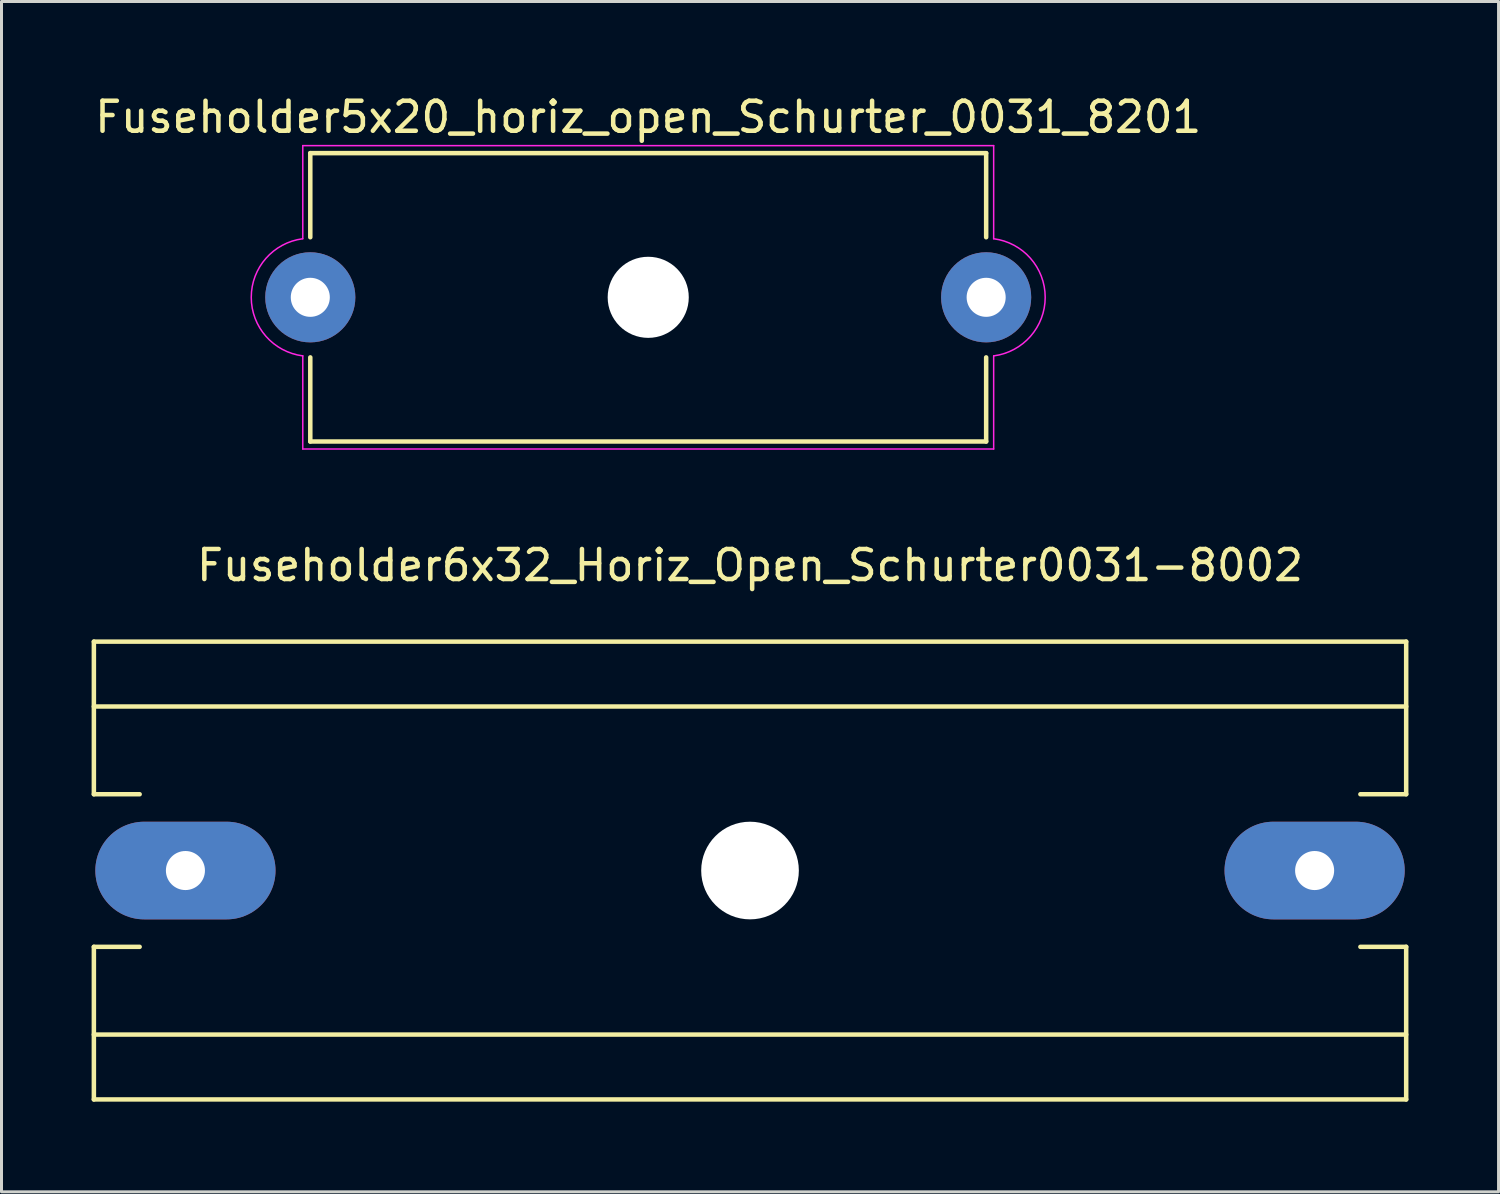
<source format=kicad_pcb>
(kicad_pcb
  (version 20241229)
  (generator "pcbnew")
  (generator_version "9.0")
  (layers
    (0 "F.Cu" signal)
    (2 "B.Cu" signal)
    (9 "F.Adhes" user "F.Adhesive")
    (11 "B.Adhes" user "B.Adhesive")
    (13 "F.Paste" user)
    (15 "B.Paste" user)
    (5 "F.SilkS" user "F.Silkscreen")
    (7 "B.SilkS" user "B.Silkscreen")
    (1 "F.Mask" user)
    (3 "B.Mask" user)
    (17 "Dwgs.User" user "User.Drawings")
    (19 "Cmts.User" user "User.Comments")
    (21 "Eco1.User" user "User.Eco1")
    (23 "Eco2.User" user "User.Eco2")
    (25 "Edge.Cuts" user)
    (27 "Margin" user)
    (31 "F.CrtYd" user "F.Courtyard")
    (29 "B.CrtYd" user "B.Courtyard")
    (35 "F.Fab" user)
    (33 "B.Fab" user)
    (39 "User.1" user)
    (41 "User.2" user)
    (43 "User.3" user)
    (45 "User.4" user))
  (footprint "Fuseholder5x20_horiz_open_Schurter_0031_8201"
    (layer "F.Cu")
    (at 7.28 6.848)
    (property "Reference" "Fuseholder5x20_horiz_open_Schurter_0031_8201" (at 11.25 -6 0) (layer "F.SilkS") (effects (font (size 1 1) (thickness 0.15))))
    (attr through_hole)
    (fp_line (start 0 -4.8) (end 22.5 -4.8) (stroke (width 0.15) (type solid)) (layer "F.SilkS"))
    (fp_line (start 0 -2) (end 0 -4.8) (stroke (width 0.15) (type solid)) (layer "F.SilkS"))
    (fp_line (start 0 4.8) (end 0 2) (stroke (width 0.15) (type solid)) (layer "F.SilkS"))
    (fp_line (start 0 4.8) (end 22.5 4.8) (stroke (width 0.15) (type solid)) (layer "F.SilkS"))
    (fp_line (start 22.5 -2) (end 22.5 -4.8) (stroke (width 0.15) (type solid)) (layer "F.SilkS"))
    (fp_line (start 22.5 4.8) (end 22.5 2) (stroke (width 0.15) (type solid)) (layer "F.SilkS"))
    (fp_line (start -0.25 -5.05) (end 22.75 -5.05) (stroke (width 0.05) (type solid)) (layer "F.CrtYd"))
    (fp_line (start -0.25 -1.95) (end -0.25 -5.05) (stroke (width 0.05) (type solid)) (layer "F.CrtYd"))
    (fp_line (start -0.25 5.05) (end -0.25 1.95) (stroke (width 0.05) (type solid)) (layer "F.CrtYd"))
    (fp_line (start 22.75 -1.95) (end 22.75 -5.05) (stroke (width 0.05) (type solid)) (layer "F.CrtYd"))
    (fp_line (start 22.75 1.95) (end 22.75 5.05) (stroke (width 0.05) (type solid)) (layer "F.CrtYd"))
    (fp_line (start 22.75 5.05) (end -0.25 5.05) (stroke (width 0.05) (type solid)) (layer "F.CrtYd"))
    (fp_arc (start -0.25 1.95) (mid -1.96596 0.001518) (end -0.253011 -1.949612) (stroke (width 0.05) (type solid)) (layer "F.CrtYd"))
    (fp_arc (start 22.75 -1.95) (mid 24.46596 -0.001518) (end 22.753011 1.949612) (stroke (width 0.05) (type solid)) (layer "F.CrtYd"))
    (pad "" np_thru_hole circle (at 11.25 0) (size 2.7 2.7) (drill 2.7) (layers "*.Cu" "*.Mask"))
    (pad "1" thru_hole circle (at 0 0) (size 3 3) (drill 1.3) (layers "*.Cu" "*.Mask"))
    (pad "2" thru_hole circle (at 22.5 0) (size 3 3) (drill 1.3) (layers "*.Cu" "*.Mask")))
  (footprint "Fuseholder6x32_Horiz_Open_Schurter0031-8002"
    (layer "F.Cu")
    (at 21.919 25.931)
    (property "Reference" "Fuseholder6x32_Horiz_Open_Schurter0031-8002" (at 0 -10.16 0) (layer "F.SilkS") (effects (font (size 1 1) (thickness 0.15))))
    (attr through_hole)
    (fp_line (start -21.844 -7.62) (end -21.844 -2.54) (stroke (width 0.15) (type solid)) (layer "F.SilkS"))
    (fp_line (start -21.844 -7.62) (end 21.844 -7.62) (stroke (width 0.15) (type solid)) (layer "F.SilkS"))
    (fp_line (start -21.844 -5.461) (end 21.844 -5.461) (stroke (width 0.15) (type solid)) (layer "F.SilkS"))
    (fp_line (start -21.844 -2.54) (end -20.32 -2.54) (stroke (width 0.15) (type solid)) (layer "F.SilkS"))
    (fp_line (start -21.844 2.54) (end -21.844 7.62) (stroke (width 0.15) (type solid)) (layer "F.SilkS"))
    (fp_line (start -20.32 2.54) (end -21.844 2.54) (stroke (width 0.15) (type solid)) (layer "F.SilkS"))
    (fp_line (start 20.32 2.54) (end 21.844 2.54) (stroke (width 0.15) (type solid)) (layer "F.SilkS"))
    (fp_line (start 21.844 -7.62) (end 21.844 -2.54) (stroke (width 0.15) (type solid)) (layer "F.SilkS"))
    (fp_line (start 21.844 -2.54) (end 20.32 -2.54) (stroke (width 0.15) (type solid)) (layer "F.SilkS"))
    (fp_line (start 21.844 2.54) (end 21.844 7.62) (stroke (width 0.15) (type solid)) (layer "F.SilkS"))
    (fp_line (start 21.844 5.461) (end -21.844 5.461) (stroke (width 0.15) (type solid)) (layer "F.SilkS"))
    (fp_line (start 21.844 7.62) (end -21.844 7.62) (stroke (width 0.15) (type solid)) (layer "F.SilkS"))
    (pad "" np_thru_hole circle (at 0 0) (size 3.251 3.251) (drill 3.251) (layers "*.Cu" "*.Mask"))
    (pad "1" thru_hole oval (at -18.796 0 90) (size 3.251 5.999) (drill 1.3) (layers "*.Cu" "*.Mask"))
    (pad "2" thru_hole oval (at 18.796 0 90) (size 3.251 5.999) (drill 1.3) (layers "*.Cu" "*.Mask")))
  (gr_rect
    (start -3 -3)
    (end 46.838 36.627)
    (stroke (width 0.1) (type default))
    (fill no)
    (layer "Edge.Cuts")))
</source>
